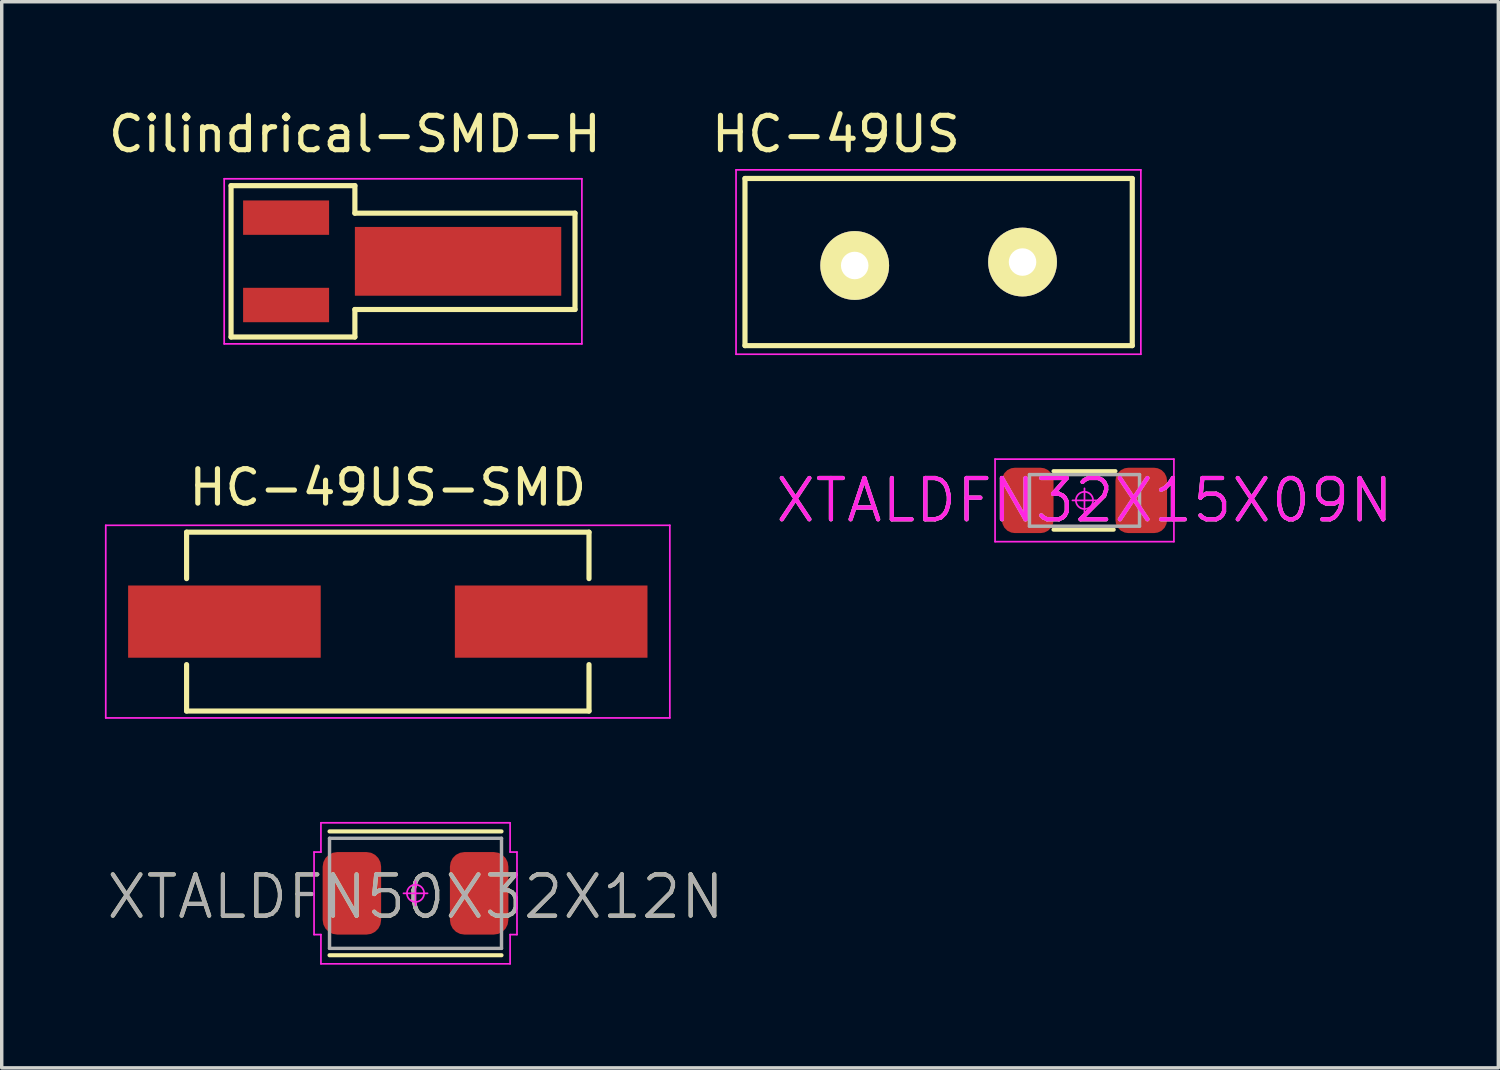
<source format=kicad_pcb>
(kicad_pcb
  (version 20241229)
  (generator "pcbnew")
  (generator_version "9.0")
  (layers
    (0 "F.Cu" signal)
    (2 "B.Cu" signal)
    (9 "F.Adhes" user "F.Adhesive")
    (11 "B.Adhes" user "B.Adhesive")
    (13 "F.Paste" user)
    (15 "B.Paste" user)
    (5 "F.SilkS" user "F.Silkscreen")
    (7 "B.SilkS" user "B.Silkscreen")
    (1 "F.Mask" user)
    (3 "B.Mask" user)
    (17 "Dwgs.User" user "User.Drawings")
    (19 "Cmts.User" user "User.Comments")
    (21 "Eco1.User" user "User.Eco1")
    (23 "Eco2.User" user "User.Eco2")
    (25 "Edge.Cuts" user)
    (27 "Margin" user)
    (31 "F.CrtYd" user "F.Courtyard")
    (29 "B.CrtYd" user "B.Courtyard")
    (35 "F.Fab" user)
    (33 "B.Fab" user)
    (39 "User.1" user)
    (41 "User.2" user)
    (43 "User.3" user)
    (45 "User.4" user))
  (footprint "HC-49US"
    (layer "F.Cu")
    (at 24.24 4.569)
    (property "Reference" "HC-49US" (at -2.985 -3.721 0) (layer "F.SilkS") (effects (font (size 1 1) (thickness 0.15))))
    (attr through_hole)
    (fp_line (start -5.63 -2.43) (end 5.63 -2.43) (stroke (width 0.15) (type solid)) (layer "F.SilkS"))
    (fp_line (start -5.63 2.43) (end -5.63 -2.43) (stroke (width 0.15) (type solid)) (layer "F.SilkS"))
    (fp_line (start 5.63 -2.43) (end 5.63 2.43) (stroke (width 0.15) (type solid)) (layer "F.SilkS"))
    (fp_line (start 5.63 2.43) (end -5.63 2.43) (stroke (width 0.15) (type solid)) (layer "F.SilkS"))
    (fp_line (start -5.89 -2.68) (end 5.88 -2.68) (stroke (width 0.05) (type solid)) (layer "F.CrtYd"))
    (fp_line (start -5.89 2.68) (end -5.89 -2.68) (stroke (width 0.05) (type solid)) (layer "F.CrtYd"))
    (fp_line (start 5.88 -2.68) (end 5.88 2.68) (stroke (width 0.05) (type solid)) (layer "F.CrtYd"))
    (fp_line (start 5.88 2.68) (end -5.89 2.68) (stroke (width 0.05) (type solid)) (layer "F.CrtYd"))
    (pad "1" thru_hole circle (at -2.44 0.1) (size 2 2) (drill 0.8) (layers "*.Cu" "*.Mask" "F.SilkS"))
    (pad "2" thru_hole circle (at 2.44 0) (size 2 2) (drill 0.8) (layers "*.Cu" "*.Mask" "F.SilkS")))
  (footprint "HC-49US-SMD"
    (layer "F.Cu")
    (at 8.225 15.023)
    (property "Reference" "HC-49US-SMD" (at 0 -3.9 0) (layer "F.SilkS") (effects (font (size 1 1) (thickness 0.15))))
    (attr through_hole)
    (fp_line (start -5.85 -2.6) (end -5.85 -1.25) (stroke (width 0.15) (type solid)) (layer "F.SilkS"))
    (fp_line (start -5.85 -2.6) (end 5.85 -2.6) (stroke (width 0.15) (type solid)) (layer "F.SilkS"))
    (fp_line (start -5.85 2.6) (end -5.85 1.25) (stroke (width 0.15) (type solid)) (layer "F.SilkS"))
    (fp_line (start 5.85 -2.6) (end 5.85 -1.25) (stroke (width 0.15) (type solid)) (layer "F.SilkS"))
    (fp_line (start 5.85 2.6) (end -5.85 2.6) (stroke (width 0.15) (type solid)) (layer "F.SilkS"))
    (fp_line (start 5.85 2.6) (end 5.85 1.25) (stroke (width 0.15) (type solid)) (layer "F.SilkS"))
    (fp_line (start -8.2 -2.8) (end 8.2 -2.8) (stroke (width 0.05) (type solid)) (layer "F.CrtYd"))
    (fp_line (start -8.2 2.8) (end -8.2 -2.8) (stroke (width 0.05) (type solid)) (layer "F.CrtYd"))
    (fp_line (start 8.2 -2.8) (end 8.2 2.8) (stroke (width 0.05) (type solid)) (layer "F.CrtYd"))
    (fp_line (start 8.2 2.8) (end -8.2 2.8) (stroke (width 0.05) (type solid)) (layer "F.CrtYd"))
    (pad "1" smd rect (at -4.75 0) (size 5.6 2.1) (layers "F.Cu" "F.Mask" "F.Paste"))
    (pad "2" smd rect (at 4.75 0) (size 5.6 2.1) (layers "F.Cu" "F.Mask" "F.Paste")))
  (footprint "XTALDFN32X15X09N"
    (layer "F.Cu")
    (at 28.481 11.499)
    (property "Reference" "XTALDFN32X15X09N" (at 0 0 0) (layer "F.SilkS") (effects (font (size 1.2 1.2) (thickness 0.12))))
    (attr through_hole)
    (fp_line (start -0.9 0.85) (end 0.85 0.85) (stroke (width 0.12) (type solid)) (layer "F.SilkS"))
    (fp_line (start 0.9 -0.85) (end -0.9 -0.85) (stroke (width 0.12) (type solid)) (layer "F.SilkS"))
    (fp_line (start -2.6 -1.2) (end -2.6 1.2) (stroke (width 0.05) (type solid)) (layer "F.CrtYd"))
    (fp_line (start -2.6 1.2) (end 2.6 1.2) (stroke (width 0.05) (type solid)) (layer "F.CrtYd"))
    (fp_line (start -0.35 0) (end 0.35 0) (stroke (width 0.05) (type solid)) (layer "F.CrtYd"))
    (fp_line (start 0 -0.35) (end 0 0.35) (stroke (width 0.05) (type solid)) (layer "F.CrtYd"))
    (fp_line (start 2.6 -1.2) (end -2.6 -1.2) (stroke (width 0.05) (type solid)) (layer "F.CrtYd"))
    (fp_line (start 2.6 1.2) (end 2.6 -1.2) (stroke (width 0.05) (type solid)) (layer "F.CrtYd"))
    (fp_circle (center 0 0) (end 0.25 0) (stroke (width 0.05) (type solid)) (fill no) (layer "F.CrtYd"))
    (fp_line (start -1.6 -0.75) (end -1.6 0.75) (stroke (width 0.1) (type solid)) (layer "F.Fab"))
    (fp_line (start -1.6 0.75) (end 1.6 0.75) (stroke (width 0.1) (type solid)) (layer "F.Fab"))
    (fp_line (start 1.6 -0.75) (end -1.6 -0.75) (stroke (width 0.1) (type solid)) (layer "F.Fab"))
    (fp_line (start 1.6 0.75) (end 1.6 -0.75) (stroke (width 0.1) (type solid)) (layer "F.Fab"))
    (fp_text user "${REFERENCE}" (at 0 0 0) (layer "F.CrtYd") (effects (font (size 1.2 1.2) (thickness 0.12))))
    (fp_text user "${REFERENCE}" (at 0 0 0) (layer "F.Fab") (effects (font (size 1.2 1.2) (thickness 0.12))))
    (pad "1" smd roundrect (at -1.65 0) (size 1.5 1.9) (layers "F.Cu" "F.Mask" "F.Paste") (roundrect_rratio 0.25))
    (pad "2" smd roundrect (at 1.65 0) (size 1.5 1.9) (layers "F.Cu" "F.Mask" "F.Paste") (roundrect_rratio 0.25)))
  (footprint "Cilindrical-SMD-H"
    (layer "F.Cu")
    (at 7.268 4.548)
    (property "Reference" "Cilindrical-SMD-H" (at 0 -3.7 0) (layer "F.SilkS") (effects (font (size 1 1) (thickness 0.15))))
    (attr through_hole)
    (fp_line (start -3.6 -2.2) (end -3.6 2.2) (stroke (width 0.15) (type solid)) (layer "F.SilkS"))
    (fp_line (start -3.6 2.2) (end 0 2.2) (stroke (width 0.15) (type solid)) (layer "F.SilkS"))
    (fp_line (start 0 -2.2) (end -3.6 -2.2) (stroke (width 0.15) (type solid)) (layer "F.SilkS"))
    (fp_line (start 0 -1.4) (end 0 -2.2) (stroke (width 0.15) (type solid)) (layer "F.SilkS"))
    (fp_line (start 0 1.4) (end 6.4 1.4) (stroke (width 0.15) (type solid)) (layer "F.SilkS"))
    (fp_line (start 0 2.2) (end 0 1.4) (stroke (width 0.15) (type solid)) (layer "F.SilkS"))
    (fp_line (start 6.4 -1.4) (end 0 -1.4) (stroke (width 0.15) (type solid)) (layer "F.SilkS"))
    (fp_line (start 6.4 1.4) (end 6.4 -1.4) (stroke (width 0.15) (type solid)) (layer "F.SilkS"))
    (fp_line (start -3.8 -2.4) (end -3.8 2.4) (stroke (width 0.05) (type solid)) (layer "F.CrtYd"))
    (fp_line (start -3.8 2.4) (end 6.6 2.4) (stroke (width 0.05) (type solid)) (layer "F.CrtYd"))
    (fp_line (start 6.6 -2.4) (end -3.8 -2.4) (stroke (width 0.05) (type solid)) (layer "F.CrtYd"))
    (fp_line (start 6.6 -2.4) (end 6.6 2.4) (stroke (width 0.05) (type solid)) (layer "F.CrtYd"))
    (pad "1" smd rect (at -2 -1.27) (size 2.5 1) (layers "F.Cu" "F.Mask" "F.Paste"))
    (pad "2" smd rect (at -2 1.27) (size 2.5 1) (layers "F.Cu" "F.Mask" "F.Paste"))
    (pad "GND" smd rect (at 3 0) (size 6 2) (layers "F.Cu" "F.Mask" "F.Paste")))
  (footprint "XTALDFN50X32X12N"
    (layer "F.Cu")
    (at 9.031 22.923)
    (property "Reference" "XTALDFN50X32X12N" (at 0 0.1 0) (layer "F.SilkS") (effects (font (size 1.2 1.2) (thickness 0.12))))
    (attr through_hole)
    (fp_line (start -2.5 1.8) (end 2.5 1.8) (stroke (width 0.12) (type solid)) (layer "F.SilkS"))
    (fp_line (start 2.5 -1.8) (end -2.5 -1.8) (stroke (width 0.12) (type solid)) (layer "F.SilkS"))
    (fp_line (start -2.95 -1.2) (end -2.75 -1.2) (stroke (width 0.05) (type solid)) (layer "F.CrtYd"))
    (fp_line (start -2.95 1.2) (end -2.95 -1.2) (stroke (width 0.05) (type solid)) (layer "F.CrtYd"))
    (fp_line (start -2.75 -2.05) (end 2.75 -2.05) (stroke (width 0.05) (type solid)) (layer "F.CrtYd"))
    (fp_line (start -2.75 -1.2) (end -2.75 -2.05) (stroke (width 0.05) (type solid)) (layer "F.CrtYd"))
    (fp_line (start -2.75 1.2) (end -2.95 1.2) (stroke (width 0.05) (type solid)) (layer "F.CrtYd"))
    (fp_line (start -2.75 2.05) (end -2.75 1.2) (stroke (width 0.05) (type solid)) (layer "F.CrtYd"))
    (fp_line (start -0.35 0) (end 0.35 0) (stroke (width 0.05) (type solid)) (layer "F.CrtYd"))
    (fp_line (start 0 -0.35) (end 0 0.35) (stroke (width 0.05) (type solid)) (layer "F.CrtYd"))
    (fp_line (start 2.75 -2.05) (end 2.75 -1.2) (stroke (width 0.05) (type solid)) (layer "F.CrtYd"))
    (fp_line (start 2.75 -1.2) (end 2.95 -1.2) (stroke (width 0.05) (type solid)) (layer "F.CrtYd"))
    (fp_line (start 2.75 1.2) (end 2.75 2.05) (stroke (width 0.05) (type solid)) (layer "F.CrtYd"))
    (fp_line (start 2.75 2.05) (end -2.75 2.05) (stroke (width 0.05) (type solid)) (layer "F.CrtYd"))
    (fp_line (start 2.95 -1.2) (end 2.95 1.2) (stroke (width 0.05) (type solid)) (layer "F.CrtYd"))
    (fp_line (start 2.95 1.2) (end 2.75 1.2) (stroke (width 0.05) (type solid)) (layer "F.CrtYd"))
    (fp_circle (center 0 0) (end 0.25 0) (stroke (width 0.05) (type solid)) (fill no) (layer "F.CrtYd"))
    (fp_line (start -2.5 -1.6) (end -2.5 1.6) (stroke (width 0.1) (type solid)) (layer "F.Fab"))
    (fp_line (start -2.5 1.6) (end 2.5 1.6) (stroke (width 0.1) (type solid)) (layer "F.Fab"))
    (fp_line (start 2.5 -1.6) (end -2.5 -1.6) (stroke (width 0.1) (type solid)) (layer "F.Fab"))
    (fp_line (start 2.5 1.6) (end 2.5 -1.6) (stroke (width 0.1) (type solid)) (layer "F.Fab"))
    (fp_text user "${REFERENCE}" (at 0 0.1 0) (layer "F.Fab") (effects (font (size 1.2 1.2) (thickness 0.12))))
    (pad "1" smd roundrect (at -1.85 0) (size 1.7 2.4) (layers "F.Cu" "F.Mask" "F.Paste") (roundrect_rratio 0.25))
    (pad "2" smd roundrect (at 1.85 0) (size 1.7 2.4) (layers "F.Cu" "F.Mask" "F.Paste") (roundrect_rratio 0.25)))
  (gr_rect
    (start -3 -3)
    (end 40.513 27.998)
    (stroke (width 0.1) (type default))
    (fill no)
    (layer "Edge.Cuts")))
</source>
